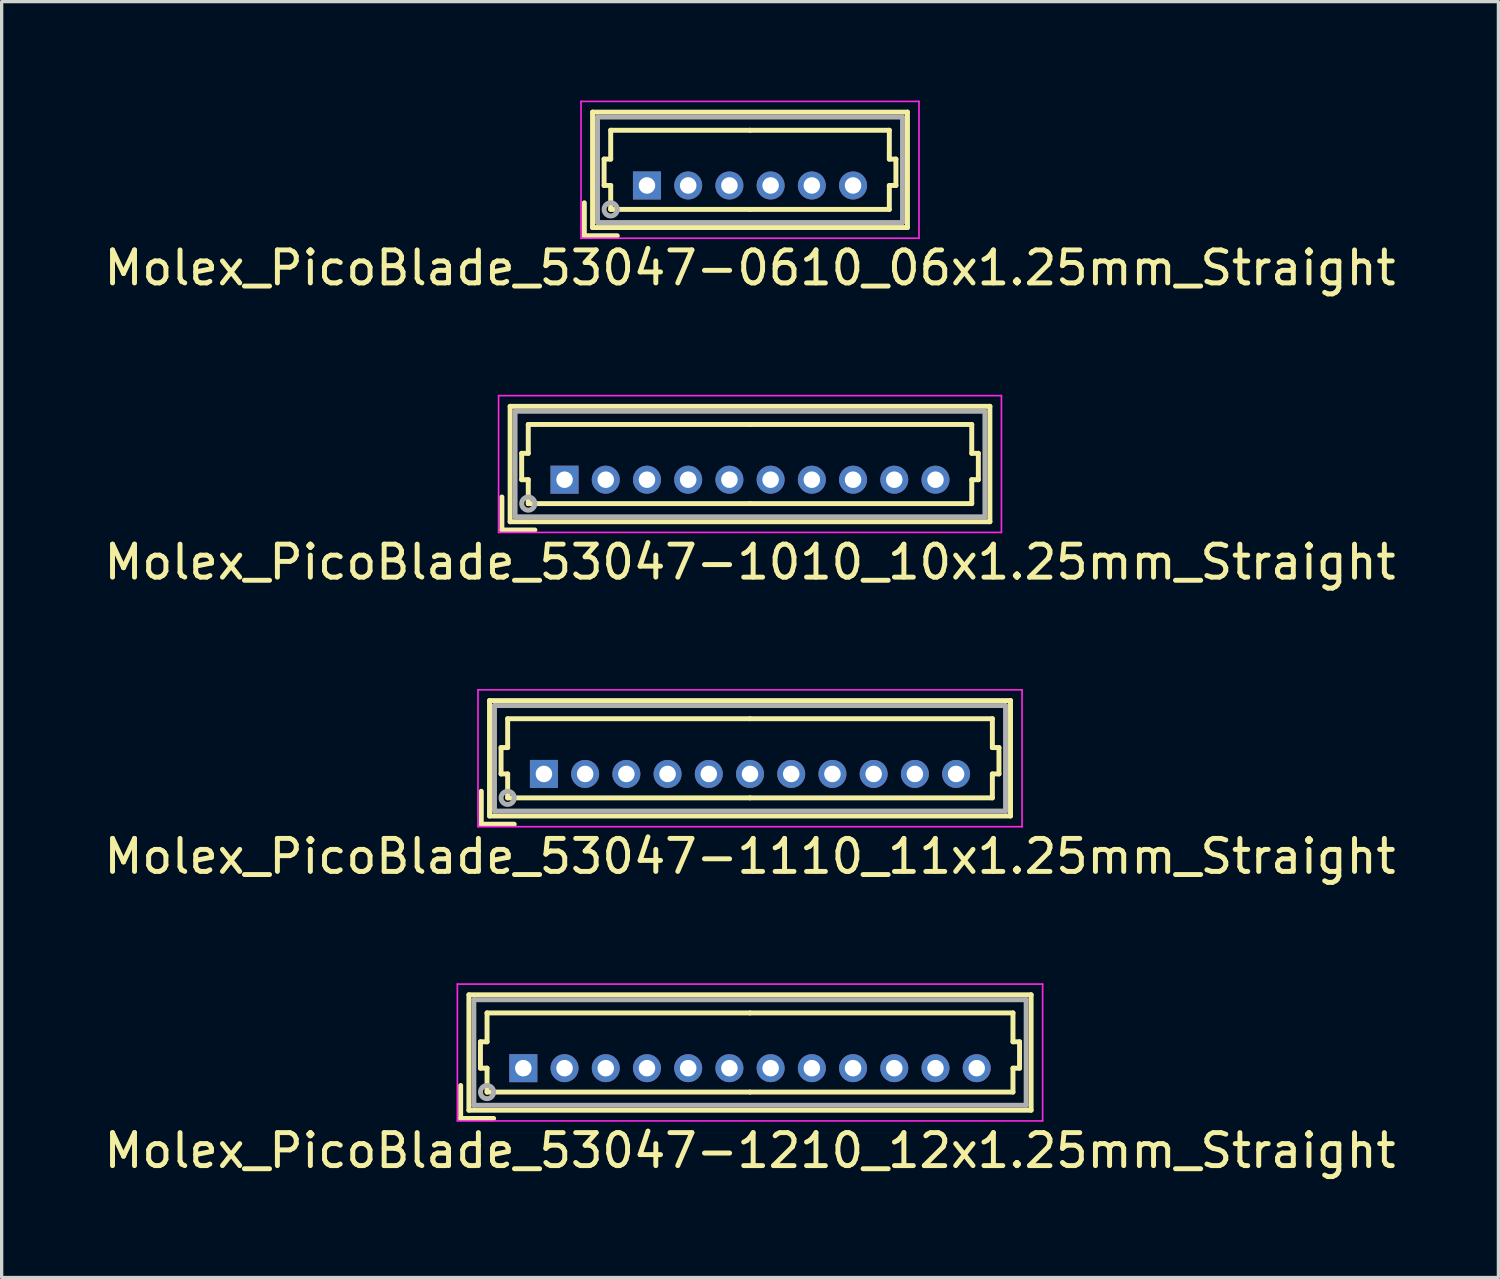
<source format=kicad_pcb>
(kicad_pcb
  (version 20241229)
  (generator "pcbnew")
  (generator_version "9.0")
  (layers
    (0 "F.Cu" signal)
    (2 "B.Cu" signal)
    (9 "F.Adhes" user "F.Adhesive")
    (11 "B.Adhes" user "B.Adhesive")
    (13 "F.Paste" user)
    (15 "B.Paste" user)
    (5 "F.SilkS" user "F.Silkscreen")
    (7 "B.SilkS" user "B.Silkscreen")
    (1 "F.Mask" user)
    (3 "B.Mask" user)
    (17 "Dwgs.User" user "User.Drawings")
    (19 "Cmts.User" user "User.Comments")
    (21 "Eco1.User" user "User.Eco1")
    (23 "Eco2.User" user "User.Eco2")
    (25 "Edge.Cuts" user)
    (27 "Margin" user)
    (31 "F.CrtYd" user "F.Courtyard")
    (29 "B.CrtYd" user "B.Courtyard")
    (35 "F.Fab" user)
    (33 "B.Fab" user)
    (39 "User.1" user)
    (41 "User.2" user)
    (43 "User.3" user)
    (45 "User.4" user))
  (footprint "Molex_PicoBlade_53047-1010_10x1.25mm_Straight"
    (layer "F.Cu")
    (at 14.071 11.498)
    (property "Reference" "Molex_PicoBlade_53047-1010_10x1.25mm_Straight" (at 5.625 2.5 0) (layer "F.SilkS") (effects (font (size 1 1) (thickness 0.15))))
    (attr through_hole)
    (fp_line (start -1.9 1.525) (end -1.9 0.525) (stroke (width 0.15) (type solid)) (layer "F.SilkS"))
    (fp_line (start -1.9 1.525) (end -0.9 1.525) (stroke (width 0.15) (type solid)) (layer "F.SilkS"))
    (fp_line (start -1.65 -2.225) (end -1.65 1.275) (stroke (width 0.15) (type solid)) (layer "F.SilkS"))
    (fp_line (start -1.65 1.275) (end 12.9 1.275) (stroke (width 0.15) (type solid)) (layer "F.SilkS"))
    (fp_line (start -1.3 -0.8) (end -1.1 -0.8) (stroke (width 0.15) (type solid)) (layer "F.SilkS"))
    (fp_line (start -1.3 0) (end -1.3 -0.8) (stroke (width 0.15) (type solid)) (layer "F.SilkS"))
    (fp_line (start -1.1 -1.675) (end 5.625 -1.675) (stroke (width 0.15) (type solid)) (layer "F.SilkS"))
    (fp_line (start -1.1 -0.8) (end -1.1 -1.675) (stroke (width 0.15) (type solid)) (layer "F.SilkS"))
    (fp_line (start -1.1 0) (end -1.3 0) (stroke (width 0.15) (type solid)) (layer "F.SilkS"))
    (fp_line (start -1.1 0.725) (end -1.1 0) (stroke (width 0.15) (type solid)) (layer "F.SilkS"))
    (fp_line (start 5.625 0.725) (end -1.1 0.725) (stroke (width 0.15) (type solid)) (layer "F.SilkS"))
    (fp_line (start 5.625 0.725) (end 12.35 0.725) (stroke (width 0.15) (type solid)) (layer "F.SilkS"))
    (fp_line (start 12.35 -1.675) (end 5.625 -1.675) (stroke (width 0.15) (type solid)) (layer "F.SilkS"))
    (fp_line (start 12.35 -0.8) (end 12.35 -1.675) (stroke (width 0.15) (type solid)) (layer "F.SilkS"))
    (fp_line (start 12.35 0) (end 12.55 0) (stroke (width 0.15) (type solid)) (layer "F.SilkS"))
    (fp_line (start 12.35 0.725) (end 12.35 0) (stroke (width 0.15) (type solid)) (layer "F.SilkS"))
    (fp_line (start 12.55 -0.8) (end 12.35 -0.8) (stroke (width 0.15) (type solid)) (layer "F.SilkS"))
    (fp_line (start 12.55 0) (end 12.55 -0.8) (stroke (width 0.15) (type solid)) (layer "F.SilkS"))
    (fp_line (start 12.9 -2.225) (end -1.65 -2.225) (stroke (width 0.15) (type solid)) (layer "F.SilkS"))
    (fp_line (start 12.9 1.275) (end 12.9 -2.225) (stroke (width 0.15) (type solid)) (layer "F.SilkS"))
    (fp_line (start -2 -2.55) (end -2 1.6) (stroke (width 0.05) (type solid)) (layer "F.CrtYd"))
    (fp_line (start -2 1.6) (end 13.25 1.6) (stroke (width 0.05) (type solid)) (layer "F.CrtYd"))
    (fp_line (start 13.25 -2.55) (end -2 -2.55) (stroke (width 0.05) (type solid)) (layer "F.CrtYd"))
    (fp_line (start 13.25 1.6) (end 13.25 -2.55) (stroke (width 0.05) (type solid)) (layer "F.CrtYd"))
    (fp_line (start -1.5 -2.075) (end -1.5 1.125) (stroke (width 0.15) (type solid)) (layer "F.Fab"))
    (fp_line (start -1.5 1.125) (end 12.75 1.125) (stroke (width 0.15) (type solid)) (layer "F.Fab"))
    (fp_line (start 12.75 -2.075) (end -1.5 -2.075) (stroke (width 0.15) (type solid)) (layer "F.Fab"))
    (fp_line (start 12.75 1.125) (end 12.75 -2.075) (stroke (width 0.15) (type solid)) (layer "F.Fab"))
    (fp_circle (center -1.1 0.725) (end -0.9 0.725) (stroke (width 0.15) (type solid)) (fill no) (layer "F.Fab"))
    (pad "1" thru_hole rect (at 0 0) (size 0.85 0.85) (drill 0.5) (layers "*.Cu" "*.Mask"))
    (pad "2" thru_hole circle (at 1.25 0) (size 0.85 0.85) (drill 0.5) (layers "*.Cu" "*.Mask"))
    (pad "3" thru_hole circle (at 2.5 0) (size 0.85 0.85) (drill 0.5) (layers "*.Cu" "*.Mask"))
    (pad "4" thru_hole circle (at 3.75 0) (size 0.85 0.85) (drill 0.5) (layers "*.Cu" "*.Mask"))
    (pad "5" thru_hole circle (at 5 0) (size 0.85 0.85) (drill 0.5) (layers "*.Cu" "*.Mask"))
    (pad "6" thru_hole circle (at 6.25 0) (size 0.85 0.85) (drill 0.5) (layers "*.Cu" "*.Mask"))
    (pad "7" thru_hole circle (at 7.5 0) (size 0.85 0.85) (drill 0.5) (layers "*.Cu" "*.Mask"))
    (pad "8" thru_hole circle (at 8.75 0) (size 0.85 0.85) (drill 0.5) (layers "*.Cu" "*.Mask"))
    (pad "9" thru_hole circle (at 10 0) (size 0.85 0.85) (drill 0.5) (layers "*.Cu" "*.Mask"))
    (pad "10" thru_hole circle (at 11.25 0) (size 0.85 0.85) (drill 0.5) (layers "*.Cu" "*.Mask")))
  (footprint "Molex_PicoBlade_53047-1210_12x1.25mm_Straight"
    (layer "F.Cu")
    (at 12.821 29.345)
    (property "Reference" "Molex_PicoBlade_53047-1210_12x1.25mm_Straight" (at 6.875 2.5 0) (layer "F.SilkS") (effects (font (size 1 1) (thickness 0.15))))
    (attr through_hole)
    (fp_line (start -1.9 1.525) (end -1.9 0.525) (stroke (width 0.15) (type solid)) (layer "F.SilkS"))
    (fp_line (start -1.9 1.525) (end -0.9 1.525) (stroke (width 0.15) (type solid)) (layer "F.SilkS"))
    (fp_line (start -1.65 -2.225) (end -1.65 1.275) (stroke (width 0.15) (type solid)) (layer "F.SilkS"))
    (fp_line (start -1.65 1.275) (end 15.4 1.275) (stroke (width 0.15) (type solid)) (layer "F.SilkS"))
    (fp_line (start -1.3 -0.8) (end -1.1 -0.8) (stroke (width 0.15) (type solid)) (layer "F.SilkS"))
    (fp_line (start -1.3 0) (end -1.3 -0.8) (stroke (width 0.15) (type solid)) (layer "F.SilkS"))
    (fp_line (start -1.1 -1.675) (end 6.875 -1.675) (stroke (width 0.15) (type solid)) (layer "F.SilkS"))
    (fp_line (start -1.1 -0.8) (end -1.1 -1.675) (stroke (width 0.15) (type solid)) (layer "F.SilkS"))
    (fp_line (start -1.1 0) (end -1.3 0) (stroke (width 0.15) (type solid)) (layer "F.SilkS"))
    (fp_line (start -1.1 0.725) (end -1.1 0) (stroke (width 0.15) (type solid)) (layer "F.SilkS"))
    (fp_line (start 6.875 0.725) (end -1.1 0.725) (stroke (width 0.15) (type solid)) (layer "F.SilkS"))
    (fp_line (start 6.875 0.725) (end 14.85 0.725) (stroke (width 0.15) (type solid)) (layer "F.SilkS"))
    (fp_line (start 14.85 -1.675) (end 6.875 -1.675) (stroke (width 0.15) (type solid)) (layer "F.SilkS"))
    (fp_line (start 14.85 -0.8) (end 14.85 -1.675) (stroke (width 0.15) (type solid)) (layer "F.SilkS"))
    (fp_line (start 14.85 0) (end 15.05 0) (stroke (width 0.15) (type solid)) (layer "F.SilkS"))
    (fp_line (start 14.85 0.725) (end 14.85 0) (stroke (width 0.15) (type solid)) (layer "F.SilkS"))
    (fp_line (start 15.05 -0.8) (end 14.85 -0.8) (stroke (width 0.15) (type solid)) (layer "F.SilkS"))
    (fp_line (start 15.05 0) (end 15.05 -0.8) (stroke (width 0.15) (type solid)) (layer "F.SilkS"))
    (fp_line (start 15.4 -2.225) (end -1.65 -2.225) (stroke (width 0.15) (type solid)) (layer "F.SilkS"))
    (fp_line (start 15.4 1.275) (end 15.4 -2.225) (stroke (width 0.15) (type solid)) (layer "F.SilkS"))
    (fp_line (start -2 -2.55) (end -2 1.6) (stroke (width 0.05) (type solid)) (layer "F.CrtYd"))
    (fp_line (start -2 1.6) (end 15.75 1.6) (stroke (width 0.05) (type solid)) (layer "F.CrtYd"))
    (fp_line (start 15.75 -2.55) (end -2 -2.55) (stroke (width 0.05) (type solid)) (layer "F.CrtYd"))
    (fp_line (start 15.75 1.6) (end 15.75 -2.55) (stroke (width 0.05) (type solid)) (layer "F.CrtYd"))
    (fp_line (start -1.5 -2.075) (end -1.5 1.125) (stroke (width 0.15) (type solid)) (layer "F.Fab"))
    (fp_line (start -1.5 1.125) (end 15.25 1.125) (stroke (width 0.15) (type solid)) (layer "F.Fab"))
    (fp_line (start 15.25 -2.075) (end -1.5 -2.075) (stroke (width 0.15) (type solid)) (layer "F.Fab"))
    (fp_line (start 15.25 1.125) (end 15.25 -2.075) (stroke (width 0.15) (type solid)) (layer "F.Fab"))
    (fp_circle (center -1.1 0.725) (end -0.9 0.725) (stroke (width 0.15) (type solid)) (fill no) (layer "F.Fab"))
    (pad "1" thru_hole rect (at 0 0) (size 0.85 0.85) (drill 0.5) (layers "*.Cu" "*.Mask"))
    (pad "2" thru_hole circle (at 1.25 0) (size 0.85 0.85) (drill 0.5) (layers "*.Cu" "*.Mask"))
    (pad "3" thru_hole circle (at 2.5 0) (size 0.85 0.85) (drill 0.5) (layers "*.Cu" "*.Mask"))
    (pad "4" thru_hole circle (at 3.75 0) (size 0.85 0.85) (drill 0.5) (layers "*.Cu" "*.Mask"))
    (pad "5" thru_hole circle (at 5 0) (size 0.85 0.85) (drill 0.5) (layers "*.Cu" "*.Mask"))
    (pad "6" thru_hole circle (at 6.25 0) (size 0.85 0.85) (drill 0.5) (layers "*.Cu" "*.Mask"))
    (pad "7" thru_hole circle (at 7.5 0) (size 0.85 0.85) (drill 0.5) (layers "*.Cu" "*.Mask"))
    (pad "8" thru_hole circle (at 8.75 0) (size 0.85 0.85) (drill 0.5) (layers "*.Cu" "*.Mask"))
    (pad "9" thru_hole circle (at 10 0) (size 0.85 0.85) (drill 0.5) (layers "*.Cu" "*.Mask"))
    (pad "10" thru_hole circle (at 11.25 0) (size 0.85 0.85) (drill 0.5) (layers "*.Cu" "*.Mask"))
    (pad "11" thru_hole circle (at 12.5 0) (size 0.85 0.85) (drill 0.5) (layers "*.Cu" "*.Mask"))
    (pad "12" thru_hole circle (at 13.75 0) (size 0.85 0.85) (drill 0.5) (layers "*.Cu" "*.Mask")))
  (footprint "Molex_PicoBlade_53047-1110_11x1.25mm_Straight"
    (layer "F.Cu")
    (at 13.446 20.422)
    (property "Reference" "Molex_PicoBlade_53047-1110_11x1.25mm_Straight" (at 6.25 2.5 0) (layer "F.SilkS") (effects (font (size 1 1) (thickness 0.15))))
    (attr through_hole)
    (fp_line (start -1.9 1.525) (end -1.9 0.525) (stroke (width 0.15) (type solid)) (layer "F.SilkS"))
    (fp_line (start -1.9 1.525) (end -0.9 1.525) (stroke (width 0.15) (type solid)) (layer "F.SilkS"))
    (fp_line (start -1.65 -2.225) (end -1.65 1.275) (stroke (width 0.15) (type solid)) (layer "F.SilkS"))
    (fp_line (start -1.65 1.275) (end 14.15 1.275) (stroke (width 0.15) (type solid)) (layer "F.SilkS"))
    (fp_line (start -1.3 -0.8) (end -1.1 -0.8) (stroke (width 0.15) (type solid)) (layer "F.SilkS"))
    (fp_line (start -1.3 0) (end -1.3 -0.8) (stroke (width 0.15) (type solid)) (layer "F.SilkS"))
    (fp_line (start -1.1 -1.675) (end 6.25 -1.675) (stroke (width 0.15) (type solid)) (layer "F.SilkS"))
    (fp_line (start -1.1 -0.8) (end -1.1 -1.675) (stroke (width 0.15) (type solid)) (layer "F.SilkS"))
    (fp_line (start -1.1 0) (end -1.3 0) (stroke (width 0.15) (type solid)) (layer "F.SilkS"))
    (fp_line (start -1.1 0.725) (end -1.1 0) (stroke (width 0.15) (type solid)) (layer "F.SilkS"))
    (fp_line (start 6.25 0.725) (end -1.1 0.725) (stroke (width 0.15) (type solid)) (layer "F.SilkS"))
    (fp_line (start 6.25 0.725) (end 13.6 0.725) (stroke (width 0.15) (type solid)) (layer "F.SilkS"))
    (fp_line (start 13.6 -1.675) (end 6.25 -1.675) (stroke (width 0.15) (type solid)) (layer "F.SilkS"))
    (fp_line (start 13.6 -0.8) (end 13.6 -1.675) (stroke (width 0.15) (type solid)) (layer "F.SilkS"))
    (fp_line (start 13.6 0) (end 13.8 0) (stroke (width 0.15) (type solid)) (layer "F.SilkS"))
    (fp_line (start 13.6 0.725) (end 13.6 0) (stroke (width 0.15) (type solid)) (layer "F.SilkS"))
    (fp_line (start 13.8 -0.8) (end 13.6 -0.8) (stroke (width 0.15) (type solid)) (layer "F.SilkS"))
    (fp_line (start 13.8 0) (end 13.8 -0.8) (stroke (width 0.15) (type solid)) (layer "F.SilkS"))
    (fp_line (start 14.15 -2.225) (end -1.65 -2.225) (stroke (width 0.15) (type solid)) (layer "F.SilkS"))
    (fp_line (start 14.15 1.275) (end 14.15 -2.225) (stroke (width 0.15) (type solid)) (layer "F.SilkS"))
    (fp_line (start -2 -2.55) (end -2 1.6) (stroke (width 0.05) (type solid)) (layer "F.CrtYd"))
    (fp_line (start -2 1.6) (end 14.5 1.6) (stroke (width 0.05) (type solid)) (layer "F.CrtYd"))
    (fp_line (start 14.5 -2.55) (end -2 -2.55) (stroke (width 0.05) (type solid)) (layer "F.CrtYd"))
    (fp_line (start 14.5 1.6) (end 14.5 -2.55) (stroke (width 0.05) (type solid)) (layer "F.CrtYd"))
    (fp_line (start -1.5 -2.075) (end -1.5 1.125) (stroke (width 0.15) (type solid)) (layer "F.Fab"))
    (fp_line (start -1.5 1.125) (end 14 1.125) (stroke (width 0.15) (type solid)) (layer "F.Fab"))
    (fp_line (start 14 -2.075) (end -1.5 -2.075) (stroke (width 0.15) (type solid)) (layer "F.Fab"))
    (fp_line (start 14 1.125) (end 14 -2.075) (stroke (width 0.15) (type solid)) (layer "F.Fab"))
    (fp_circle (center -1.1 0.725) (end -0.9 0.725) (stroke (width 0.15) (type solid)) (fill no) (layer "F.Fab"))
    (pad "1" thru_hole rect (at 0 0) (size 0.85 0.85) (drill 0.5) (layers "*.Cu" "*.Mask"))
    (pad "2" thru_hole circle (at 1.25 0) (size 0.85 0.85) (drill 0.5) (layers "*.Cu" "*.Mask"))
    (pad "3" thru_hole circle (at 2.5 0) (size 0.85 0.85) (drill 0.5) (layers "*.Cu" "*.Mask"))
    (pad "4" thru_hole circle (at 3.75 0) (size 0.85 0.85) (drill 0.5) (layers "*.Cu" "*.Mask"))
    (pad "5" thru_hole circle (at 5 0) (size 0.85 0.85) (drill 0.5) (layers "*.Cu" "*.Mask"))
    (pad "6" thru_hole circle (at 6.25 0) (size 0.85 0.85) (drill 0.5) (layers "*.Cu" "*.Mask"))
    (pad "7" thru_hole circle (at 7.5 0) (size 0.85 0.85) (drill 0.5) (layers "*.Cu" "*.Mask"))
    (pad "8" thru_hole circle (at 8.75 0) (size 0.85 0.85) (drill 0.5) (layers "*.Cu" "*.Mask"))
    (pad "9" thru_hole circle (at 10 0) (size 0.85 0.85) (drill 0.5) (layers "*.Cu" "*.Mask"))
    (pad "10" thru_hole circle (at 11.25 0) (size 0.85 0.85) (drill 0.5) (layers "*.Cu" "*.Mask"))
    (pad "11" thru_hole circle (at 12.5 0) (size 0.85 0.85) (drill 0.5) (layers "*.Cu" "*.Mask")))
  (footprint "Molex_PicoBlade_53047-0610_06x1.25mm_Straight"
    (layer "F.Cu")
    (at 16.571 2.575)
    (property "Reference" "Molex_PicoBlade_53047-0610_06x1.25mm_Straight" (at 3.125 2.5 0) (layer "F.SilkS") (effects (font (size 1 1) (thickness 0.15))))
    (attr through_hole)
    (fp_line (start -1.9 1.525) (end -1.9 0.525) (stroke (width 0.15) (type solid)) (layer "F.SilkS"))
    (fp_line (start -1.9 1.525) (end -0.9 1.525) (stroke (width 0.15) (type solid)) (layer "F.SilkS"))
    (fp_line (start -1.65 -2.225) (end -1.65 1.275) (stroke (width 0.15) (type solid)) (layer "F.SilkS"))
    (fp_line (start -1.65 1.275) (end 7.9 1.275) (stroke (width 0.15) (type solid)) (layer "F.SilkS"))
    (fp_line (start -1.3 -0.8) (end -1.1 -0.8) (stroke (width 0.15) (type solid)) (layer "F.SilkS"))
    (fp_line (start -1.3 0) (end -1.3 -0.8) (stroke (width 0.15) (type solid)) (layer "F.SilkS"))
    (fp_line (start -1.1 -1.675) (end 3.125 -1.675) (stroke (width 0.15) (type solid)) (layer "F.SilkS"))
    (fp_line (start -1.1 -0.8) (end -1.1 -1.675) (stroke (width 0.15) (type solid)) (layer "F.SilkS"))
    (fp_line (start -1.1 0) (end -1.3 0) (stroke (width 0.15) (type solid)) (layer "F.SilkS"))
    (fp_line (start -1.1 0.725) (end -1.1 0) (stroke (width 0.15) (type solid)) (layer "F.SilkS"))
    (fp_line (start 3.125 0.725) (end -1.1 0.725) (stroke (width 0.15) (type solid)) (layer "F.SilkS"))
    (fp_line (start 3.125 0.725) (end 7.35 0.725) (stroke (width 0.15) (type solid)) (layer "F.SilkS"))
    (fp_line (start 7.35 -1.675) (end 3.125 -1.675) (stroke (width 0.15) (type solid)) (layer "F.SilkS"))
    (fp_line (start 7.35 -0.8) (end 7.35 -1.675) (stroke (width 0.15) (type solid)) (layer "F.SilkS"))
    (fp_line (start 7.35 0) (end 7.55 0) (stroke (width 0.15) (type solid)) (layer "F.SilkS"))
    (fp_line (start 7.35 0.725) (end 7.35 0) (stroke (width 0.15) (type solid)) (layer "F.SilkS"))
    (fp_line (start 7.55 -0.8) (end 7.35 -0.8) (stroke (width 0.15) (type solid)) (layer "F.SilkS"))
    (fp_line (start 7.55 0) (end 7.55 -0.8) (stroke (width 0.15) (type solid)) (layer "F.SilkS"))
    (fp_line (start 7.9 -2.225) (end -1.65 -2.225) (stroke (width 0.15) (type solid)) (layer "F.SilkS"))
    (fp_line (start 7.9 1.275) (end 7.9 -2.225) (stroke (width 0.15) (type solid)) (layer "F.SilkS"))
    (fp_line (start -2 -2.55) (end -2 1.6) (stroke (width 0.05) (type solid)) (layer "F.CrtYd"))
    (fp_line (start -2 1.6) (end 8.25 1.6) (stroke (width 0.05) (type solid)) (layer "F.CrtYd"))
    (fp_line (start 8.25 -2.55) (end -2 -2.55) (stroke (width 0.05) (type solid)) (layer "F.CrtYd"))
    (fp_line (start 8.25 1.6) (end 8.25 -2.55) (stroke (width 0.05) (type solid)) (layer "F.CrtYd"))
    (fp_line (start -1.5 -2.075) (end -1.5 1.125) (stroke (width 0.15) (type solid)) (layer "F.Fab"))
    (fp_line (start -1.5 1.125) (end 7.75 1.125) (stroke (width 0.15) (type solid)) (layer "F.Fab"))
    (fp_line (start 7.75 -2.075) (end -1.5 -2.075) (stroke (width 0.15) (type solid)) (layer "F.Fab"))
    (fp_line (start 7.75 1.125) (end 7.75 -2.075) (stroke (width 0.15) (type solid)) (layer "F.Fab"))
    (fp_circle (center -1.1 0.725) (end -0.9 0.725) (stroke (width 0.15) (type solid)) (fill no) (layer "F.Fab"))
    (pad "1" thru_hole rect (at 0 0) (size 0.85 0.85) (drill 0.5) (layers "*.Cu" "*.Mask"))
    (pad "2" thru_hole circle (at 1.25 0) (size 0.85 0.85) (drill 0.5) (layers "*.Cu" "*.Mask"))
    (pad "3" thru_hole circle (at 2.5 0) (size 0.85 0.85) (drill 0.5) (layers "*.Cu" "*.Mask"))
    (pad "4" thru_hole circle (at 3.75 0) (size 0.85 0.85) (drill 0.5) (layers "*.Cu" "*.Mask"))
    (pad "5" thru_hole circle (at 5 0) (size 0.85 0.85) (drill 0.5) (layers "*.Cu" "*.Mask"))
    (pad "6" thru_hole circle (at 6.25 0) (size 0.85 0.85) (drill 0.5) (layers "*.Cu" "*.Mask")))
  (gr_rect
    (start -3 -3)
    (end 42.393 35.693)
    (stroke (width 0.1) (type default))
    (fill no)
    (layer "Edge.Cuts")))
</source>
